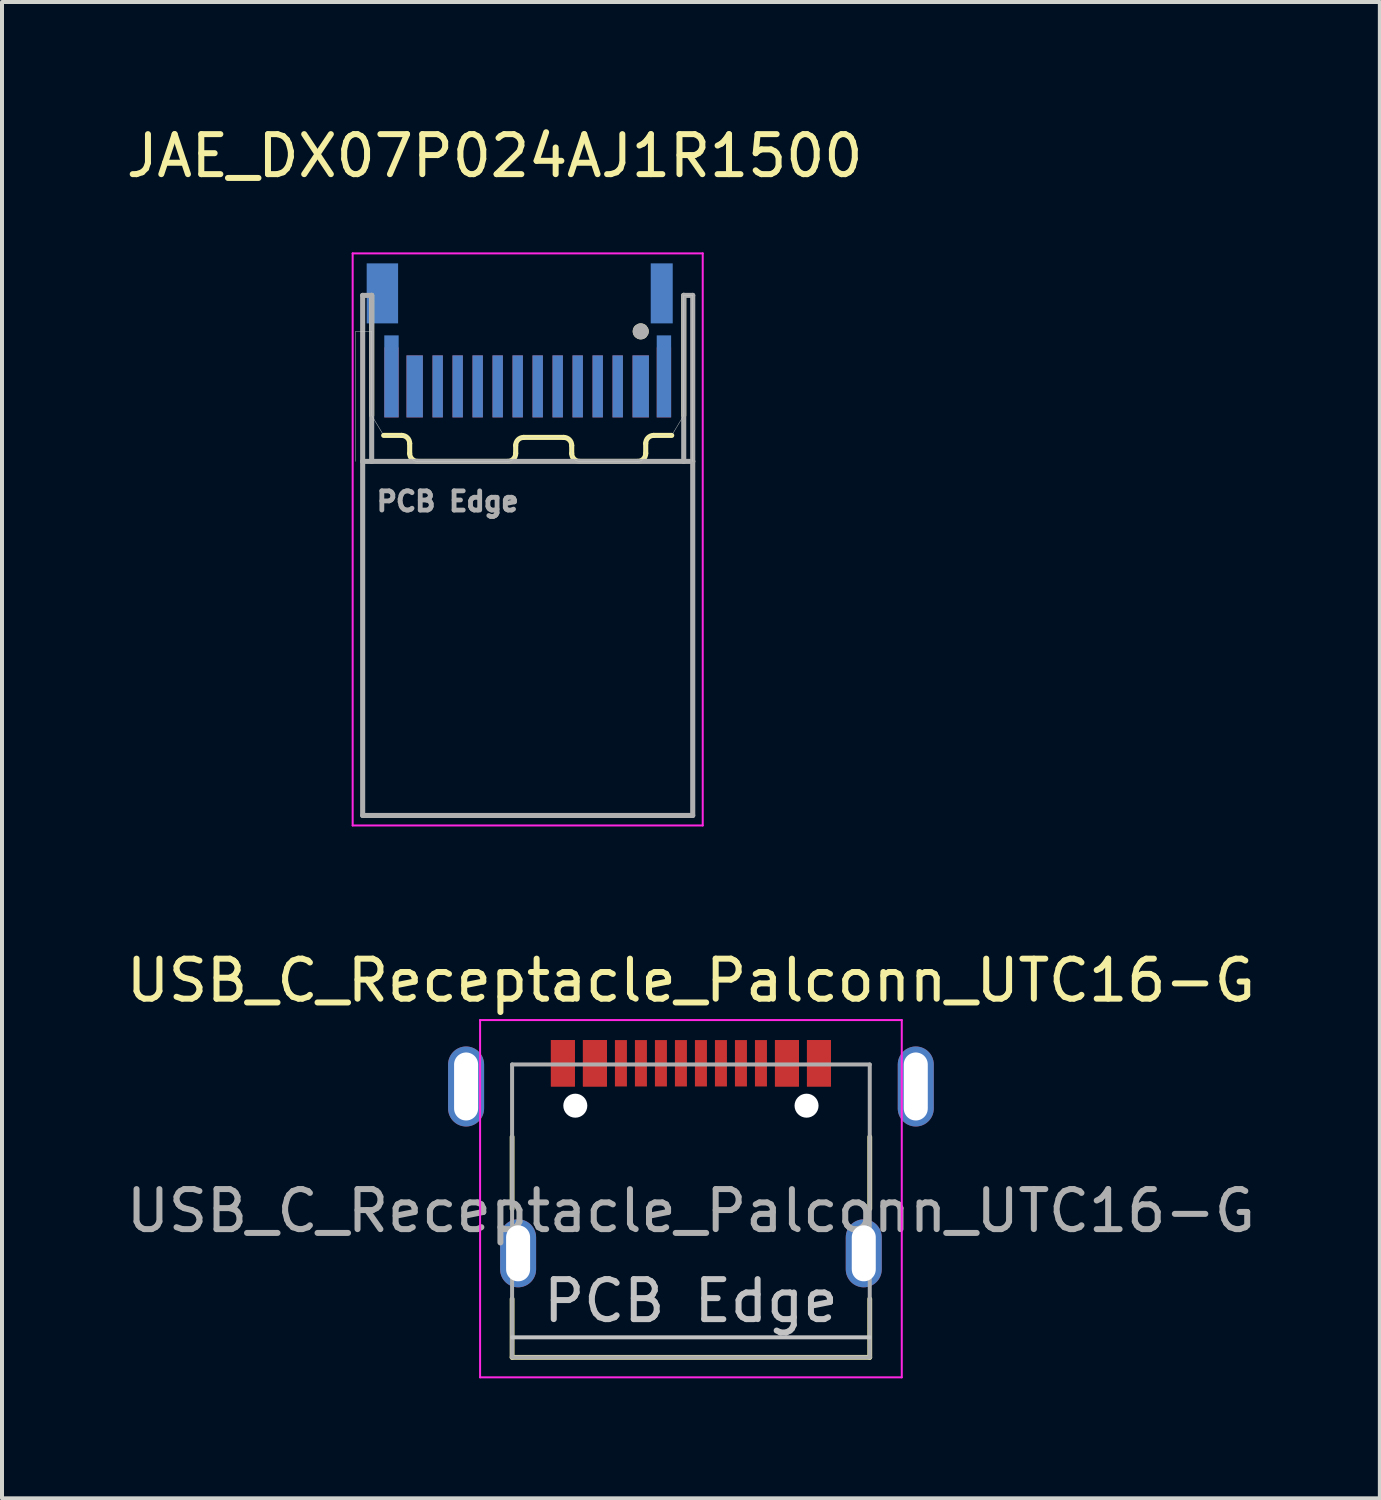
<source format=kicad_pcb>
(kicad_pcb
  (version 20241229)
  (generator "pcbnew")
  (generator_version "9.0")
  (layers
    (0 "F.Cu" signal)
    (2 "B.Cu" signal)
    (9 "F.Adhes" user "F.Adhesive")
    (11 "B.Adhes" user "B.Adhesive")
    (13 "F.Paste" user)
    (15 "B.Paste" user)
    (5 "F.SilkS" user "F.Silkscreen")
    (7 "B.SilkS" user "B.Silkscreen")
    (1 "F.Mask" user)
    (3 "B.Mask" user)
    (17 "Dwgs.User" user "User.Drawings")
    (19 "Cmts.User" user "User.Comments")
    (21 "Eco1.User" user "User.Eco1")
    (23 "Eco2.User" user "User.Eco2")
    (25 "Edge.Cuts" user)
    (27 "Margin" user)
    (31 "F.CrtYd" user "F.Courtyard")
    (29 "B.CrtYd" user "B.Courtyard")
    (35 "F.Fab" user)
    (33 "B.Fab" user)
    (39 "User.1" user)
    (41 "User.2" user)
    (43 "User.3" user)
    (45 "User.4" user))
  (footprint "JAE_DX07P024AJ1R1500"
    (layer "F.Cu")
    (at 10.14 8.483)
    (property "Reference" "JAE_DX07P024AJ1R1500" (at -0.825 -7.635 0) (layer "F.SilkS") (effects (font (size 1 1) (thickness 0.15))))
    (attr smd)
    (fp_line (start -3.9 -1.15) (end -3.9 -4.15) (stroke (width 0.127) (type solid)) (layer "F.SilkS"))
    (fp_line (start -3.6 -0.65) (end -3.15 -0.65) (stroke (width 0.127) (type solid)) (layer "F.SilkS"))
    (fp_line (start -2.95 -0.45) (end -2.95 -0.2) (stroke (width 0.127) (type solid)) (layer "F.SilkS"))
    (fp_line (start -2.75 0) (end -0.5 0) (stroke (width 0.127) (type solid)) (layer "F.SilkS"))
    (fp_line (start -0.3 -0.2) (end -0.3 -0.4) (stroke (width 0.127) (type solid)) (layer "F.SilkS"))
    (fp_line (start -0.1 -0.6) (end 0.9 -0.6) (stroke (width 0.127) (type solid)) (layer "F.SilkS"))
    (fp_line (start 1.1 -0.4) (end 1.1 -0.2) (stroke (width 0.127) (type solid)) (layer "F.SilkS"))
    (fp_line (start 1.3 0) (end 2.75 0) (stroke (width 0.127) (type solid)) (layer "F.SilkS"))
    (fp_line (start 2.95 -0.2) (end 2.95 -0.45) (stroke (width 0.127) (type solid)) (layer "F.SilkS"))
    (fp_line (start 3.15 -0.65) (end 3.6 -0.65) (stroke (width 0.127) (type solid)) (layer "F.SilkS"))
    (fp_line (start 3.9 -1.15) (end 3.9 -4.15) (stroke (width 0.127) (type solid)) (layer "F.SilkS"))
    (fp_arc (start -3.15 -0.65) (mid -3.008579 -0.591421) (end -2.95 -0.45) (stroke (width 0.127) (type solid)) (layer "F.SilkS"))
    (fp_arc (start -2.75 0) (mid -2.891421 -0.058579) (end -2.95 -0.2) (stroke (width 0.127) (type solid)) (layer "F.SilkS"))
    (fp_arc (start -0.3 -0.4) (mid -0.241421 -0.541421) (end -0.1 -0.6) (stroke (width 0.127) (type solid)) (layer "F.SilkS"))
    (fp_arc (start -0.3 -0.2) (mid -0.358579 -0.058579) (end -0.5 0) (stroke (width 0.127) (type solid)) (layer "F.SilkS"))
    (fp_arc (start 0.9 -0.6) (mid 1.041421 -0.541421) (end 1.1 -0.4) (stroke (width 0.127) (type solid)) (layer "F.SilkS"))
    (fp_arc (start 1.3 0) (mid 1.158579 -0.058579) (end 1.1 -0.2) (stroke (width 0.127) (type solid)) (layer "F.SilkS"))
    (fp_arc (start 2.95 -0.45) (mid 3.008579 -0.591421) (end 3.15 -0.65) (stroke (width 0.127) (type solid)) (layer "F.SilkS"))
    (fp_arc (start 2.95 -0.2) (mid 2.891421 -0.058579) (end 2.75 0) (stroke (width 0.127) (type solid)) (layer "F.SilkS"))
    (fp_circle (center 2.825 -3.25) (end 2.925 -3.25) (stroke (width 0.2) (type solid)) (fill no) (layer "F.SilkS"))
    (fp_line (start -4.3 -3.25) (end -4.3 0) (stroke (width 0.01) (type solid)) (layer "Edge.Cuts"))
    (fp_line (start -3.9 -3.25) (end -4.3 -3.25) (stroke (width 0.01) (type solid)) (layer "Edge.Cuts"))
    (fp_line (start -3.9 -1.15) (end -3.9 -3.25) (stroke (width 0.01) (type solid)) (layer "Edge.Cuts"))
    (fp_line (start -3.6 -0.65) (end -3.9 -1.15) (stroke (width 0.01) (type solid)) (layer "Edge.Cuts"))
    (fp_line (start -3.15 -0.65) (end -3.6 -0.65) (stroke (width 0.01) (type solid)) (layer "Edge.Cuts"))
    (fp_line (start -2.95 -0.2) (end -2.95 -0.45) (stroke (width 0.01) (type solid)) (layer "Edge.Cuts"))
    (fp_line (start -0.5 0) (end -2.75 0) (stroke (width 0.01) (type solid)) (layer "Edge.Cuts"))
    (fp_line (start -0.3 -0.4) (end -0.3 -0.2) (stroke (width 0.01) (type solid)) (layer "Edge.Cuts"))
    (fp_line (start 0.9 -0.6) (end -0.1 -0.6) (stroke (width 0.01) (type solid)) (layer "Edge.Cuts"))
    (fp_line (start 1.1 -0.2) (end 1.1 -0.4) (stroke (width 0.01) (type solid)) (layer "Edge.Cuts"))
    (fp_line (start 2.75 0) (end 1.3 0) (stroke (width 0.01) (type solid)) (layer "Edge.Cuts"))
    (fp_line (start 2.95 -0.45) (end 2.95 -0.2) (stroke (width 0.01) (type solid)) (layer "Edge.Cuts"))
    (fp_line (start 3.6 -0.65) (end 3.15 -0.65) (stroke (width 0.01) (type solid)) (layer "Edge.Cuts"))
    (fp_line (start 3.6 -0.65) (end 3.9 -1.15) (stroke (width 0.01) (type solid)) (layer "Edge.Cuts"))
    (fp_line (start 3.9 -4.15) (end 4.125 -4.15) (stroke (width 0.01) (type solid)) (layer "Edge.Cuts"))
    (fp_line (start 3.9 -1.15) (end 3.9 -4.15) (stroke (width 0.01) (type solid)) (layer "Edge.Cuts"))
    (fp_line (start 4.125 -4.15) (end 4.125 0) (stroke (width 0.01) (type solid)) (layer "Edge.Cuts"))
    (fp_arc (start -3.15 -0.65) (mid -3.008579 -0.591421) (end -2.95 -0.45) (stroke (width 0.01) (type solid)) (layer "Edge.Cuts"))
    (fp_arc (start -2.75 0) (mid -2.891421 -0.058579) (end -2.95 -0.2) (stroke (width 0.01) (type solid)) (layer "Edge.Cuts"))
    (fp_arc (start -0.3 -0.4) (mid -0.241421 -0.541421) (end -0.1 -0.6) (stroke (width 0.01) (type solid)) (layer "Edge.Cuts"))
    (fp_arc (start -0.3 -0.2) (mid -0.358579 -0.058579) (end -0.5 0) (stroke (width 0.01) (type solid)) (layer "Edge.Cuts"))
    (fp_arc (start 0.9 -0.6) (mid 1.041421 -0.541421) (end 1.1 -0.4) (stroke (width 0.01) (type solid)) (layer "Edge.Cuts"))
    (fp_arc (start 1.3 0) (mid 1.158579 -0.058579) (end 1.1 -0.2) (stroke (width 0.01) (type solid)) (layer "Edge.Cuts"))
    (fp_arc (start 2.95 -0.45) (mid 3.008579 -0.591421) (end 3.15 -0.65) (stroke (width 0.01) (type solid)) (layer "Edge.Cuts"))
    (fp_arc (start 2.95 -0.2) (mid 2.891421 -0.058579) (end 2.75 0) (stroke (width 0.01) (type solid)) (layer "Edge.Cuts"))
    (fp_line (start -4.375 -5.2) (end 4.375 -5.2) (stroke (width 0.05) (type solid)) (layer "F.CrtYd"))
    (fp_line (start -4.375 9.1) (end -4.375 -5.2) (stroke (width 0.05) (type solid)) (layer "F.CrtYd"))
    (fp_line (start 4.375 -5.2) (end 4.375 9.1) (stroke (width 0.05) (type solid)) (layer "F.CrtYd"))
    (fp_line (start 4.375 9.1) (end -4.375 9.1) (stroke (width 0.05) (type solid)) (layer "F.CrtYd"))
    (fp_line (start -4.125 -4.15) (end -3.9 -4.15) (stroke (width 0.127) (type solid)) (layer "F.Fab"))
    (fp_line (start -4.125 0) (end -4.125 -4.15) (stroke (width 0.127) (type solid)) (layer "F.Fab"))
    (fp_line (start -4.125 8.85) (end -4.125 0) (stroke (width 0.127) (type solid)) (layer "F.Fab"))
    (fp_line (start -3.9 0) (end -4.125 0) (stroke (width 0.127) (type solid)) (layer "F.Fab"))
    (fp_line (start -3.9 0) (end -3.9 -4.15) (stroke (width 0.127) (type solid)) (layer "F.Fab"))
    (fp_line (start 3.9 -4.15) (end 3.9 0) (stroke (width 0.127) (type solid)) (layer "F.Fab"))
    (fp_line (start 3.9 0) (end -3.9 0) (stroke (width 0.127) (type solid)) (layer "F.Fab"))
    (fp_line (start 3.9 0) (end 4.125 0) (stroke (width 0.127) (type solid)) (layer "F.Fab"))
    (fp_line (start 4.125 -4.15) (end 3.9 -4.15) (stroke (width 0.127) (type solid)) (layer "F.Fab"))
    (fp_line (start 4.125 -4.15) (end 4.125 0) (stroke (width 0.127) (type solid)) (layer "F.Fab"))
    (fp_line (start 4.125 0) (end 4.125 8.85) (stroke (width 0.127) (type solid)) (layer "F.Fab"))
    (fp_line (start 4.125 8.85) (end -4.125 8.85) (stroke (width 0.127) (type solid)) (layer "F.Fab"))
    (fp_circle (center 2.825 -3.25) (end 2.925 -3.25) (stroke (width 0.2) (type solid)) (fill no) (layer "F.Fab"))
    (fp_text user "PCB Edge" (at -2 1 0) (layer "F.Fab") (effects (font (size 0.48 0.48) (thickness 0.15))))
    (pad "A1" smd rect (at 2.825 -1.875) (size 0.41 1.55) (layers "F.Cu" "F.Mask" "F.Paste"))
    (pad "A2" smd rect (at 2.25 -1.875) (size 0.26 1.55) (layers "F.Cu" "F.Mask" "F.Paste"))
    (pad "A3" smd rect (at 1.75 -1.875) (size 0.26 1.55) (layers "F.Cu" "F.Mask" "F.Paste"))
    (pad "A4" smd rect (at 1.25 -1.875) (size 0.26 1.55) (layers "F.Cu" "F.Mask" "F.Paste"))
    (pad "A5" smd rect (at 0.75 -1.875) (size 0.26 1.55) (layers "F.Cu" "F.Mask" "F.Paste"))
    (pad "A6" smd rect (at 0.25 -1.875) (size 0.26 1.55) (layers "F.Cu" "F.Mask" "F.Paste"))
    (pad "A7" smd rect (at -0.25 -1.875) (size 0.26 1.55) (layers "F.Cu" "F.Mask" "F.Paste"))
    (pad "A8" smd rect (at -0.75 -1.875) (size 0.26 1.55) (layers "F.Cu" "F.Mask" "F.Paste"))
    (pad "A9" smd rect (at -1.25 -1.875) (size 0.26 1.55) (layers "F.Cu" "F.Mask" "F.Paste"))
    (pad "A10" smd rect (at -1.75 -1.875) (size 0.26 1.55) (layers "F.Cu" "F.Mask" "F.Paste"))
    (pad "A11" smd rect (at -2.25 -1.875) (size 0.26 1.55) (layers "F.Cu" "F.Mask" "F.Paste"))
    (pad "A12" smd rect (at -2.825 -1.875) (size 0.41 1.55) (layers "F.Cu" "F.Mask" "F.Paste"))
    (pad "B1" smd rect (at -2.825 -1.875) (size 0.41 1.55) (layers "B.Cu" "B.Mask" "B.Paste"))
    (pad "B2" smd rect (at -2.25 -1.875) (size 0.26 1.55) (layers "B.Cu" "B.Mask" "B.Paste"))
    (pad "B3" smd rect (at -1.75 -1.875) (size 0.26 1.55) (layers "B.Cu" "B.Mask" "B.Paste"))
    (pad "B4" smd rect (at -1.25 -1.875) (size 0.26 1.55) (layers "B.Cu" "B.Mask" "B.Paste"))
    (pad "B5" smd rect (at -0.75 -1.875) (size 0.26 1.55) (layers "B.Cu" "B.Mask" "B.Paste"))
    (pad "B6" smd rect (at -0.25 -1.875) (size 0.26 1.55) (layers "B.Cu" "B.Mask" "B.Paste"))
    (pad "B7" smd rect (at 0.25 -1.875) (size 0.26 1.55) (layers "B.Cu" "B.Mask" "B.Paste"))
    (pad "B8" smd rect (at 0.75 -1.875) (size 0.26 1.55) (layers "B.Cu" "B.Mask" "B.Paste"))
    (pad "B9" smd rect (at 1.25 -1.875) (size 0.26 1.55) (layers "B.Cu" "B.Mask" "B.Paste"))
    (pad "B10" smd rect (at 1.75 -1.875) (size 0.26 1.55) (layers "B.Cu" "B.Mask" "B.Paste"))
    (pad "B11" smd rect (at 2.25 -1.875) (size 0.26 1.55) (layers "B.Cu" "B.Mask" "B.Paste"))
    (pad "B12" smd rect (at 2.825 -1.875) (size 0.41 1.55) (layers "B.Cu" "B.Mask" "B.Paste"))
    (pad "S1" smd rect (at -3.405 -1.975) (size 0.36 1.75) (layers "F.Cu" "F.Mask" "F.Paste"))
    (pad "S2" smd rect (at 3.405 -1.975) (size 0.36 1.75) (layers "F.Cu" "F.Mask" "F.Paste"))
    (pad "S3" smd rect (at -3.405 -2.125) (size 0.36 2.05) (layers "B.Cu" "B.Mask" "B.Paste"))
    (pad "S4" smd rect (at 3.405 -2.125) (size 0.36 2.05) (layers "B.Cu" "B.Mask" "B.Paste"))
    (pad "S5" smd rect (at -3.632 -4.2) (size 0.785 1.5) (layers "B.Cu" "B.Mask" "B.Paste"))
    (pad "S6" smd rect (at 3.35 -4.2) (size 0.55 1.5) (layers "B.Cu" "B.Mask" "B.Paste")))
  (footprint "USB_C_Receptacle_Palconn_UTC16-G"
    (layer "F.Cu")
    (at 14.22 26.037)
    (property "Reference" "USB_C_Receptacle_Palconn_UTC16-G" (at 0 -4.58 180) (layer "F.SilkS") (effects (font (size 1 1) (thickness 0.15))))
    (attr smd)
    (fp_line (start -4.47 -0.67) (end -4.47 1.13) (stroke (width 0.12) (type solid)) (layer "F.SilkS"))
    (fp_line (start -4.47 4.84) (end -4.47 3.38) (stroke (width 0.12) (type solid)) (layer "F.SilkS"))
    (fp_line (start 4.47 -0.67) (end 4.47 1.13) (stroke (width 0.12) (type solid)) (layer "F.SilkS"))
    (fp_line (start 4.47 4.84) (end -4.47 4.84) (stroke (width 0.12) (type solid)) (layer "F.SilkS"))
    (fp_line (start 4.47 4.84) (end 4.47 3.38) (stroke (width 0.12) (type solid)) (layer "F.SilkS"))
    (fp_line (start -4.47 4.34) (end 4.47 4.34) (stroke (width 0.1) (type solid)) (layer "Dwgs.User"))
    (fp_line (start -5.27 -3.59) (end -5.27 5.34) (stroke (width 0.05) (type solid)) (layer "F.CrtYd"))
    (fp_line (start -5.27 5.34) (end 5.27 5.34) (stroke (width 0.05) (type solid)) (layer "F.CrtYd"))
    (fp_line (start 5.27 -3.59) (end -5.27 -3.59) (stroke (width 0.05) (type solid)) (layer "F.CrtYd"))
    (fp_line (start 5.27 5.34) (end 5.27 -3.59) (stroke (width 0.05) (type solid)) (layer "F.CrtYd"))
    (fp_line (start -4.47 -2.48) (end -4.47 4.84) (stroke (width 0.1) (type solid)) (layer "F.Fab"))
    (fp_line (start -4.47 -2.48) (end 4.47 -2.48) (stroke (width 0.1) (type solid)) (layer "F.Fab"))
    (fp_line (start 4.47 -2.48) (end 4.47 4.84) (stroke (width 0.1) (type solid)) (layer "F.Fab"))
    (fp_line (start 4.47 4.84) (end -4.47 4.84) (stroke (width 0.1) (type solid)) (layer "F.Fab"))
    (fp_text user "PCB Edge" (at 0 3.43 180) (layer "Dwgs.User") (effects (font (size 1 1) (thickness 0.15))))
    (fp_text user "${REFERENCE}" (at 0 1.18 180) (layer "F.Fab") (effects (font (size 1 1) (thickness 0.15))))
    (pad "" np_thru_hole circle (at -2.89 -1.45 180) (size 0.6 0.6) (drill 0.6) (layers "*.Cu" "*.Mask"))
    (pad "" np_thru_hole circle (at 2.89 -1.45 180) (size 0.6 0.6) (drill 0.6) (layers "*.Cu" "*.Mask"))
    (pad "A1" smd rect (at -3.2 -2.51) (size 0.6 1.16) (layers "F.Cu" "F.Mask" "F.Paste"))
    (pad "A4" smd rect (at -2.4 -2.51) (size 0.6 1.16) (layers "F.Cu" "F.Mask" "F.Paste"))
    (pad "A5" smd rect (at -1.25 -2.51 180) (size 0.3 1.16) (layers "F.Cu" "F.Mask" "F.Paste"))
    (pad "A6" smd rect (at -0.25 -2.51 180) (size 0.3 1.16) (layers "F.Cu" "F.Mask" "F.Paste"))
    (pad "A7" smd rect (at 0.25 -2.51 180) (size 0.3 1.16) (layers "F.Cu" "F.Mask" "F.Paste"))
    (pad "A8" smd rect (at 1.25 -2.51 180) (size 0.3 1.16) (layers "F.Cu" "F.Mask" "F.Paste"))
    (pad "A9" smd rect (at 2.4 -2.51) (size 0.6 1.16) (layers "F.Cu" "F.Mask" "F.Paste"))
    (pad "A12" smd rect (at 3.2 -2.51) (size 0.6 1.16) (layers "F.Cu" "F.Mask" "F.Paste"))
    (pad "B1" smd rect (at 3.2 -2.51) (size 0.6 1.16) (layers "F.Cu" "F.Mask" "F.Paste"))
    (pad "B4" smd rect (at 2.4 -2.51) (size 0.6 1.16) (layers "F.Cu" "F.Mask" "F.Paste"))
    (pad "B5" smd rect (at 1.75 -2.51 180) (size 0.3 1.16) (layers "F.Cu" "F.Mask" "F.Paste"))
    (pad "B6" smd rect (at 0.75 -2.51 180) (size 0.3 1.16) (layers "F.Cu" "F.Mask" "F.Paste"))
    (pad "B7" smd rect (at -0.75 -2.51 180) (size 0.3 1.16) (layers "F.Cu" "F.Mask" "F.Paste"))
    (pad "B8" smd rect (at -1.75 -2.51 180) (size 0.3 1.16) (layers "F.Cu" "F.Mask" "F.Paste"))
    (pad "B9" smd rect (at -2.4 -2.51) (size 0.6 1.16) (layers "F.Cu" "F.Mask" "F.Paste"))
    (pad "B12" smd rect (at -3.2 -2.51) (size 0.6 1.16) (layers "F.Cu" "F.Mask" "F.Paste"))
    (pad "S1" thru_hole oval (at -5.62 -1.93 90) (size 2 0.9) (drill oval 1.7 0.6) (layers "*.Cu" "*.Mask"))
    (pad "S1" thru_hole oval (at -4.32 2.24 90) (size 1.7 0.9) (drill oval 1.4 0.6) (layers "*.Cu" "*.Mask"))
    (pad "S1" thru_hole oval (at 4.32 2.24 90) (size 1.7 0.9) (drill oval 1.4 0.6) (layers "*.Cu" "*.Mask"))
    (pad "S1" thru_hole oval (at 5.62 -1.93 90) (size 2 0.9) (drill oval 1.7 0.6) (layers "*.Cu" "*.Mask")))
  (gr_rect
    (start -3 -3)
    (end 31.44 34.401)
    (stroke (width 0.1) (type default))
    (fill no)
    (layer "Edge.Cuts")))
</source>
